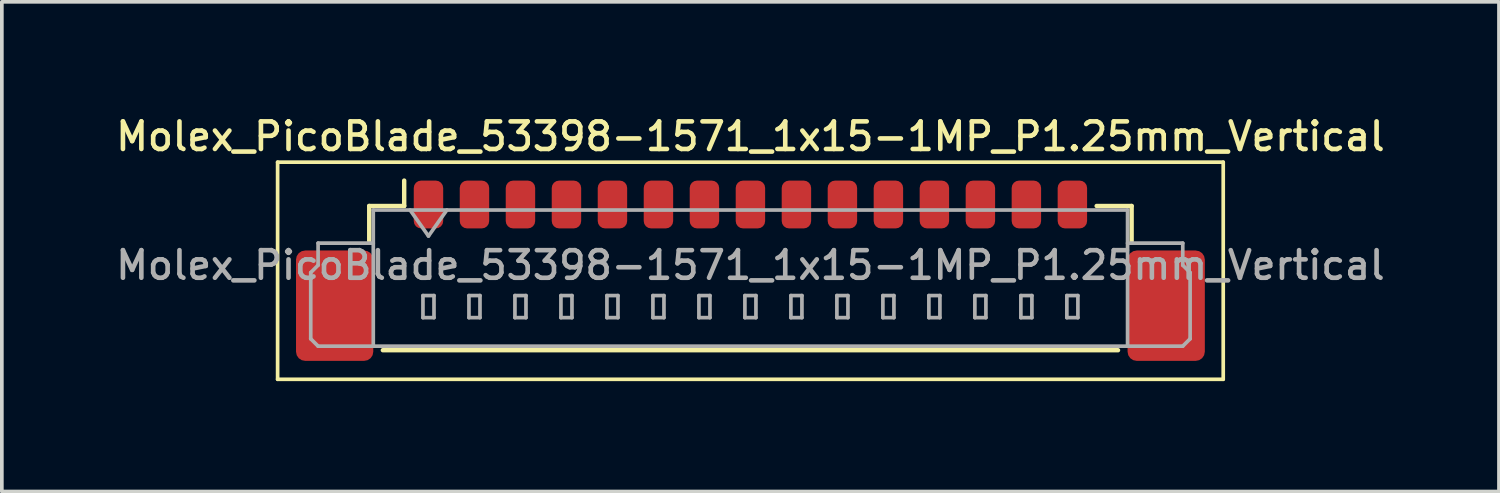
<source format=kicad_pcb>
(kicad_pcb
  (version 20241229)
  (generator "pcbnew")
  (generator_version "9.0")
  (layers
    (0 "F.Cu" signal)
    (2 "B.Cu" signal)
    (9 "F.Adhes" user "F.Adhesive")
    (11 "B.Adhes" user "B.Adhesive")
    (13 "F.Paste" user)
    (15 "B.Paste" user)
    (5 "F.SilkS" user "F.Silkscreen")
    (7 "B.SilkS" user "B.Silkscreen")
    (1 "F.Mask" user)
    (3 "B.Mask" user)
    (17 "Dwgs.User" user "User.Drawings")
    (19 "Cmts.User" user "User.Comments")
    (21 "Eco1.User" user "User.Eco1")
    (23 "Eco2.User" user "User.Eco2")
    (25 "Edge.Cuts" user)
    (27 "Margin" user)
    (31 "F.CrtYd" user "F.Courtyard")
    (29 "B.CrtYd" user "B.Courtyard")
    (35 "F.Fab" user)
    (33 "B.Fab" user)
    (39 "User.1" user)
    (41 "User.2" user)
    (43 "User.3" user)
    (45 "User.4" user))
  (footprint "Molex_PicoBlade_53398-1571_1x15-1MP_P1.25mm_Vertical"
    (layer "F.Cu")
    (at 17.345 3.758)
    (property "Reference" "Molex_PicoBlade_53398-1571_1x15-1MP_P1.25mm_Vertical" (at 0 -3.1 0) (layer "F.SilkS") (effects (font (size 0.75 0.75) (thickness 0.125))))
    (attr smd)
    (fp_line (start -12.85 -2.4) (end -12.85 3.5) (stroke (width 0.1) (type solid)) (layer "F.SilkS"))
    (fp_line (start -12.85 3.5) (end 12.85 3.5) (stroke (width 0.1) (type solid)) (layer "F.SilkS"))
    (fp_line (start -10.36 -1.21) (end -9.41 -1.21) (stroke (width 0.12) (type solid)) (layer "F.SilkS"))
    (fp_line (start -10.36 -0.26) (end -10.36 -1.21) (stroke (width 0.12) (type solid)) (layer "F.SilkS"))
    (fp_line (start -9.99 2.71) (end 9.99 2.71) (stroke (width 0.12) (type solid)) (layer "F.SilkS"))
    (fp_line (start -9.41 -1.21) (end -9.41 -1.9) (stroke (width 0.12) (type solid)) (layer "F.SilkS"))
    (fp_line (start 10.36 -1.21) (end 9.41 -1.21) (stroke (width 0.12) (type solid)) (layer "F.SilkS"))
    (fp_line (start 10.36 -0.26) (end 10.36 -1.21) (stroke (width 0.12) (type solid)) (layer "F.SilkS"))
    (fp_line (start 12.85 -2.4) (end -12.85 -2.4) (stroke (width 0.1) (type solid)) (layer "F.SilkS"))
    (fp_line (start 12.85 3.5) (end 12.85 -2.4) (stroke (width 0.1) (type solid)) (layer "F.SilkS"))
    (fp_line (start -11.95 0.6) (end -11.75 0.4) (stroke (width 0.1) (type solid)) (layer "F.Fab"))
    (fp_line (start -11.95 2.4) (end -11.95 0.6) (stroke (width 0.1) (type solid)) (layer "F.Fab"))
    (fp_line (start -11.75 -0.2) (end -10.25 -0.2) (stroke (width 0.1) (type solid)) (layer "F.Fab"))
    (fp_line (start -11.75 0.4) (end -11.75 -0.2) (stroke (width 0.1) (type solid)) (layer "F.Fab"))
    (fp_line (start -11.75 2.6) (end -11.95 2.4) (stroke (width 0.1) (type solid)) (layer "F.Fab"))
    (fp_line (start -10.25 -1.1) (end -10.25 2.6) (stroke (width 0.1) (type solid)) (layer "F.Fab"))
    (fp_line (start -10.25 -1.1) (end 10.25 -1.1) (stroke (width 0.1) (type solid)) (layer "F.Fab"))
    (fp_line (start -10.25 2.6) (end -11.75 2.6) (stroke (width 0.1) (type solid)) (layer "F.Fab"))
    (fp_line (start -10.25 2.6) (end 10.25 2.6) (stroke (width 0.1) (type solid)) (layer "F.Fab"))
    (fp_line (start -9.25 -1.1) (end -8.75 -0.393) (stroke (width 0.1) (type solid)) (layer "F.Fab"))
    (fp_line (start -8.9 1.225) (end -8.9 1.825) (stroke (width 0.1) (type solid)) (layer "F.Fab"))
    (fp_line (start -8.9 1.825) (end -8.6 1.825) (stroke (width 0.1) (type solid)) (layer "F.Fab"))
    (fp_line (start -8.75 -0.393) (end -8.25 -1.1) (stroke (width 0.1) (type solid)) (layer "F.Fab"))
    (fp_line (start -8.6 1.225) (end -8.9 1.225) (stroke (width 0.1) (type solid)) (layer "F.Fab"))
    (fp_line (start -8.6 1.825) (end -8.6 1.225) (stroke (width 0.1) (type solid)) (layer "F.Fab"))
    (fp_line (start -7.65 1.225) (end -7.65 1.825) (stroke (width 0.1) (type solid)) (layer "F.Fab"))
    (fp_line (start -7.65 1.825) (end -7.35 1.825) (stroke (width 0.1) (type solid)) (layer "F.Fab"))
    (fp_line (start -7.35 1.225) (end -7.65 1.225) (stroke (width 0.1) (type solid)) (layer "F.Fab"))
    (fp_line (start -7.35 1.825) (end -7.35 1.225) (stroke (width 0.1) (type solid)) (layer "F.Fab"))
    (fp_line (start -6.4 1.225) (end -6.4 1.825) (stroke (width 0.1) (type solid)) (layer "F.Fab"))
    (fp_line (start -6.4 1.825) (end -6.1 1.825) (stroke (width 0.1) (type solid)) (layer "F.Fab"))
    (fp_line (start -6.1 1.225) (end -6.4 1.225) (stroke (width 0.1) (type solid)) (layer "F.Fab"))
    (fp_line (start -6.1 1.825) (end -6.1 1.225) (stroke (width 0.1) (type solid)) (layer "F.Fab"))
    (fp_line (start -5.15 1.225) (end -5.15 1.825) (stroke (width 0.1) (type solid)) (layer "F.Fab"))
    (fp_line (start -5.15 1.825) (end -4.85 1.825) (stroke (width 0.1) (type solid)) (layer "F.Fab"))
    (fp_line (start -4.85 1.225) (end -5.15 1.225) (stroke (width 0.1) (type solid)) (layer "F.Fab"))
    (fp_line (start -4.85 1.825) (end -4.85 1.225) (stroke (width 0.1) (type solid)) (layer "F.Fab"))
    (fp_line (start -3.9 1.225) (end -3.9 1.825) (stroke (width 0.1) (type solid)) (layer "F.Fab"))
    (fp_line (start -3.9 1.825) (end -3.6 1.825) (stroke (width 0.1) (type solid)) (layer "F.Fab"))
    (fp_line (start -3.6 1.225) (end -3.9 1.225) (stroke (width 0.1) (type solid)) (layer "F.Fab"))
    (fp_line (start -3.6 1.825) (end -3.6 1.225) (stroke (width 0.1) (type solid)) (layer "F.Fab"))
    (fp_line (start -2.65 1.225) (end -2.65 1.825) (stroke (width 0.1) (type solid)) (layer "F.Fab"))
    (fp_line (start -2.65 1.825) (end -2.35 1.825) (stroke (width 0.1) (type solid)) (layer "F.Fab"))
    (fp_line (start -2.35 1.225) (end -2.65 1.225) (stroke (width 0.1) (type solid)) (layer "F.Fab"))
    (fp_line (start -2.35 1.825) (end -2.35 1.225) (stroke (width 0.1) (type solid)) (layer "F.Fab"))
    (fp_line (start -1.4 1.225) (end -1.4 1.825) (stroke (width 0.1) (type solid)) (layer "F.Fab"))
    (fp_line (start -1.4 1.825) (end -1.1 1.825) (stroke (width 0.1) (type solid)) (layer "F.Fab"))
    (fp_line (start -1.1 1.225) (end -1.4 1.225) (stroke (width 0.1) (type solid)) (layer "F.Fab"))
    (fp_line (start -1.1 1.825) (end -1.1 1.225) (stroke (width 0.1) (type solid)) (layer "F.Fab"))
    (fp_line (start -0.15 1.225) (end -0.15 1.825) (stroke (width 0.1) (type solid)) (layer "F.Fab"))
    (fp_line (start -0.15 1.825) (end 0.15 1.825) (stroke (width 0.1) (type solid)) (layer "F.Fab"))
    (fp_line (start 0.15 1.225) (end -0.15 1.225) (stroke (width 0.1) (type solid)) (layer "F.Fab"))
    (fp_line (start 0.15 1.825) (end 0.15 1.225) (stroke (width 0.1) (type solid)) (layer "F.Fab"))
    (fp_line (start 1.1 1.225) (end 1.1 1.825) (stroke (width 0.1) (type solid)) (layer "F.Fab"))
    (fp_line (start 1.1 1.825) (end 1.4 1.825) (stroke (width 0.1) (type solid)) (layer "F.Fab"))
    (fp_line (start 1.4 1.225) (end 1.1 1.225) (stroke (width 0.1) (type solid)) (layer "F.Fab"))
    (fp_line (start 1.4 1.825) (end 1.4 1.225) (stroke (width 0.1) (type solid)) (layer "F.Fab"))
    (fp_line (start 2.35 1.225) (end 2.35 1.825) (stroke (width 0.1) (type solid)) (layer "F.Fab"))
    (fp_line (start 2.35 1.825) (end 2.65 1.825) (stroke (width 0.1) (type solid)) (layer "F.Fab"))
    (fp_line (start 2.65 1.225) (end 2.35 1.225) (stroke (width 0.1) (type solid)) (layer "F.Fab"))
    (fp_line (start 2.65 1.825) (end 2.65 1.225) (stroke (width 0.1) (type solid)) (layer "F.Fab"))
    (fp_line (start 3.6 1.225) (end 3.6 1.825) (stroke (width 0.1) (type solid)) (layer "F.Fab"))
    (fp_line (start 3.6 1.825) (end 3.9 1.825) (stroke (width 0.1) (type solid)) (layer "F.Fab"))
    (fp_line (start 3.9 1.225) (end 3.6 1.225) (stroke (width 0.1) (type solid)) (layer "F.Fab"))
    (fp_line (start 3.9 1.825) (end 3.9 1.225) (stroke (width 0.1) (type solid)) (layer "F.Fab"))
    (fp_line (start 4.85 1.225) (end 4.85 1.825) (stroke (width 0.1) (type solid)) (layer "F.Fab"))
    (fp_line (start 4.85 1.825) (end 5.15 1.825) (stroke (width 0.1) (type solid)) (layer "F.Fab"))
    (fp_line (start 5.15 1.225) (end 4.85 1.225) (stroke (width 0.1) (type solid)) (layer "F.Fab"))
    (fp_line (start 5.15 1.825) (end 5.15 1.225) (stroke (width 0.1) (type solid)) (layer "F.Fab"))
    (fp_line (start 6.1 1.225) (end 6.1 1.825) (stroke (width 0.1) (type solid)) (layer "F.Fab"))
    (fp_line (start 6.1 1.825) (end 6.4 1.825) (stroke (width 0.1) (type solid)) (layer "F.Fab"))
    (fp_line (start 6.4 1.225) (end 6.1 1.225) (stroke (width 0.1) (type solid)) (layer "F.Fab"))
    (fp_line (start 6.4 1.825) (end 6.4 1.225) (stroke (width 0.1) (type solid)) (layer "F.Fab"))
    (fp_line (start 7.35 1.225) (end 7.35 1.825) (stroke (width 0.1) (type solid)) (layer "F.Fab"))
    (fp_line (start 7.35 1.825) (end 7.65 1.825) (stroke (width 0.1) (type solid)) (layer "F.Fab"))
    (fp_line (start 7.65 1.225) (end 7.35 1.225) (stroke (width 0.1) (type solid)) (layer "F.Fab"))
    (fp_line (start 7.65 1.825) (end 7.65 1.225) (stroke (width 0.1) (type solid)) (layer "F.Fab"))
    (fp_line (start 8.6 1.225) (end 8.6 1.825) (stroke (width 0.1) (type solid)) (layer "F.Fab"))
    (fp_line (start 8.6 1.825) (end 8.9 1.825) (stroke (width 0.1) (type solid)) (layer "F.Fab"))
    (fp_line (start 8.9 1.225) (end 8.6 1.225) (stroke (width 0.1) (type solid)) (layer "F.Fab"))
    (fp_line (start 8.9 1.825) (end 8.9 1.225) (stroke (width 0.1) (type solid)) (layer "F.Fab"))
    (fp_line (start 10.25 -1.1) (end 10.25 2.6) (stroke (width 0.1) (type solid)) (layer "F.Fab"))
    (fp_line (start 10.25 2.6) (end 11.75 2.6) (stroke (width 0.1) (type solid)) (layer "F.Fab"))
    (fp_line (start 11.75 -0.2) (end 10.25 -0.2) (stroke (width 0.1) (type solid)) (layer "F.Fab"))
    (fp_line (start 11.75 0.4) (end 11.75 -0.2) (stroke (width 0.1) (type solid)) (layer "F.Fab"))
    (fp_line (start 11.75 2.6) (end 11.95 2.4) (stroke (width 0.1) (type solid)) (layer "F.Fab"))
    (fp_line (start 11.95 0.6) (end 11.75 0.4) (stroke (width 0.1) (type solid)) (layer "F.Fab"))
    (fp_line (start 11.95 2.4) (end 11.95 0.6) (stroke (width 0.1) (type solid)) (layer "F.Fab"))
    (fp_text user "${REFERENCE}" (at 0 0.4 0) (layer "F.Fab") (effects (font (size 0.75 0.75) (thickness 0.125))))
    (pad "1" smd roundrect (at -8.75 -1.25) (size 0.8 1.3) (layers "F.Cu" "F.Mask" "F.Paste") (roundrect_rratio 0.25))
    (pad "2" smd roundrect (at -7.5 -1.25) (size 0.8 1.3) (layers "F.Cu" "F.Mask" "F.Paste") (roundrect_rratio 0.25))
    (pad "3" smd roundrect (at -6.25 -1.25) (size 0.8 1.3) (layers "F.Cu" "F.Mask" "F.Paste") (roundrect_rratio 0.25))
    (pad "4" smd roundrect (at -5 -1.25) (size 0.8 1.3) (layers "F.Cu" "F.Mask" "F.Paste") (roundrect_rratio 0.25))
    (pad "5" smd roundrect (at -3.75 -1.25) (size 0.8 1.3) (layers "F.Cu" "F.Mask" "F.Paste") (roundrect_rratio 0.25))
    (pad "6" smd roundrect (at -2.5 -1.25) (size 0.8 1.3) (layers "F.Cu" "F.Mask" "F.Paste") (roundrect_rratio 0.25))
    (pad "7" smd roundrect (at -1.25 -1.25) (size 0.8 1.3) (layers "F.Cu" "F.Mask" "F.Paste") (roundrect_rratio 0.25))
    (pad "8" smd roundrect (at 0 -1.25) (size 0.8 1.3) (layers "F.Cu" "F.Mask" "F.Paste") (roundrect_rratio 0.25))
    (pad "9" smd roundrect (at 1.25 -1.25) (size 0.8 1.3) (layers "F.Cu" "F.Mask" "F.Paste") (roundrect_rratio 0.25))
    (pad "10" smd roundrect (at 2.5 -1.25) (size 0.8 1.3) (layers "F.Cu" "F.Mask" "F.Paste") (roundrect_rratio 0.25))
    (pad "11" smd roundrect (at 3.75 -1.25) (size 0.8 1.3) (layers "F.Cu" "F.Mask" "F.Paste") (roundrect_rratio 0.25))
    (pad "12" smd roundrect (at 5 -1.25) (size 0.8 1.3) (layers "F.Cu" "F.Mask" "F.Paste") (roundrect_rratio 0.25))
    (pad "13" smd roundrect (at 6.25 -1.25) (size 0.8 1.3) (layers "F.Cu" "F.Mask" "F.Paste") (roundrect_rratio 0.25))
    (pad "14" smd roundrect (at 7.5 -1.25) (size 0.8 1.3) (layers "F.Cu" "F.Mask" "F.Paste") (roundrect_rratio 0.25))
    (pad "15" smd roundrect (at 8.75 -1.25) (size 0.8 1.3) (layers "F.Cu" "F.Mask" "F.Paste") (roundrect_rratio 0.25))
    (pad "MP" smd roundrect (at -11.3 1.5) (size 2.1 3) (layers "F.Cu" "F.Mask" "F.Paste") (roundrect_rratio 0.119))
    (pad "MP" smd roundrect (at 11.3 1.5) (size 2.1 3) (layers "F.Cu" "F.Mask" "F.Paste") (roundrect_rratio 0.119)))
  (gr_rect
    (start -3 -3)
    (end 37.689 10.308)
    (stroke (width 0.1) (type default))
    (fill no)
    (layer "Edge.Cuts")))
</source>
